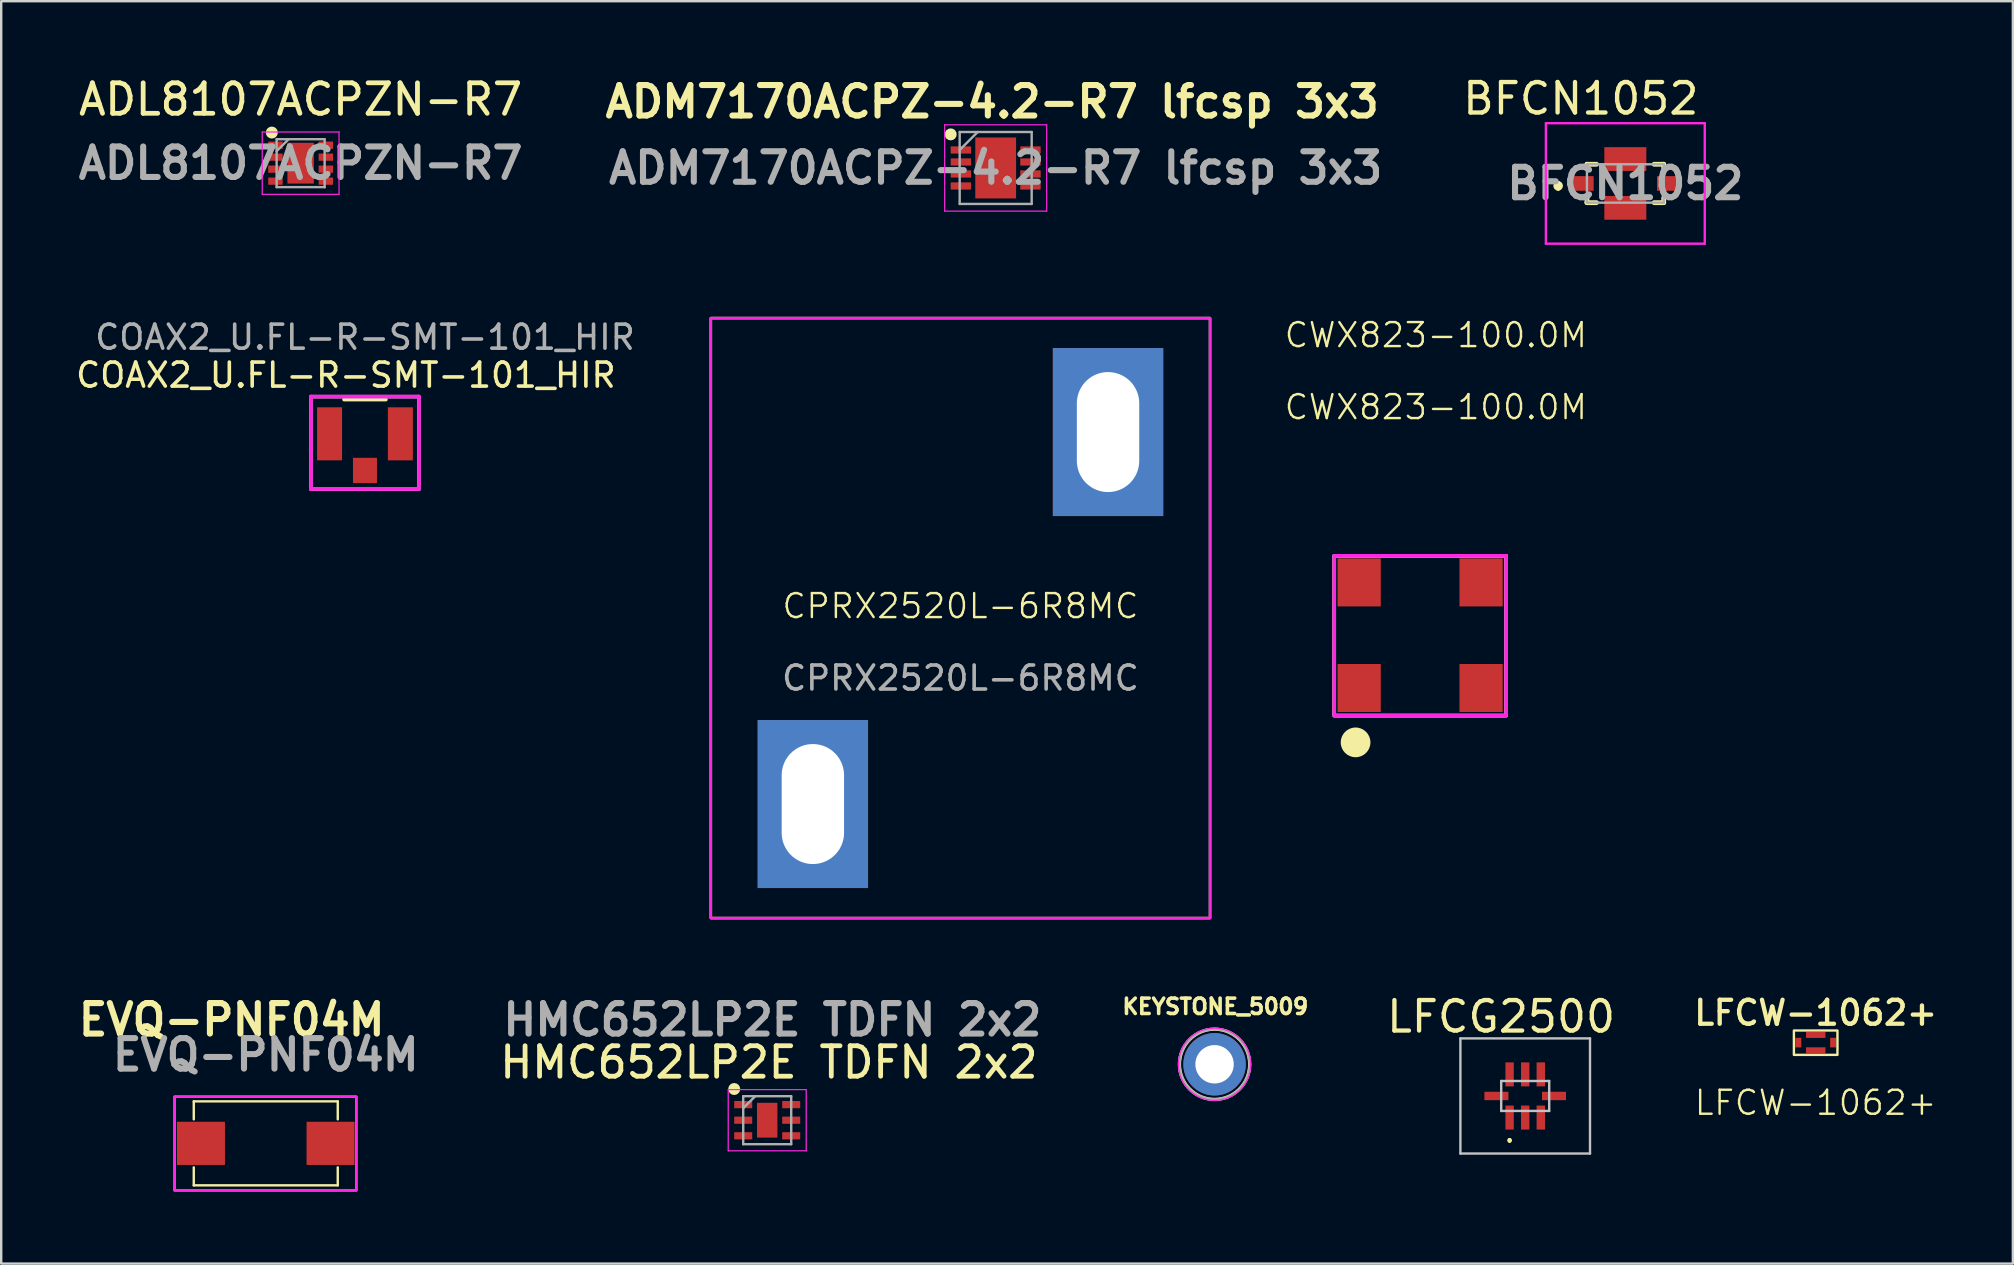
<source format=kicad_pcb>
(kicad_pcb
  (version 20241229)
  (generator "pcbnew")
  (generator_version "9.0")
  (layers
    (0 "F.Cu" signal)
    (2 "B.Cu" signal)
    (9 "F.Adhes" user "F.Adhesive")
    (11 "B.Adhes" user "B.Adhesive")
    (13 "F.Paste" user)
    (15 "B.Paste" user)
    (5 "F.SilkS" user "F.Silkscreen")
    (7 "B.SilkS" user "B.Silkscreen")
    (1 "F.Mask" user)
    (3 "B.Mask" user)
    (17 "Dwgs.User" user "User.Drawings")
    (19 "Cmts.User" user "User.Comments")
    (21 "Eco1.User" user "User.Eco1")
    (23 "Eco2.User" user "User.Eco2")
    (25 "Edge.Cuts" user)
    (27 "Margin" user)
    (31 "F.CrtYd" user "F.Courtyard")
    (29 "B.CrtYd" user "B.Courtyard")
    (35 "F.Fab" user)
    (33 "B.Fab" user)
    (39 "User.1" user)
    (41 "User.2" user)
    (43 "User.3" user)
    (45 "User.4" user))
  (footprint "COAX2_U.FL-R-SMT-101_HIR"
    (layer "F.Cu")
    (at 12.158 15.022)
    (property "Reference" "COAX2_U.FL-R-SMT-101_HIR" (at -0.795 -2.44 0) (unlocked yes) (layer "F.SilkS") (effects (font (size 1 1) (thickness 0.15))))
    (attr smd)
    (fp_line (start 0.871 -1.422) (end -0.871 -1.422) (stroke (width 0.152) (type solid)) (layer "F.SilkS"))
    (fp_line (start -2.25 -1.549) (end -2.25 2.304) (stroke (width 0.152) (type solid)) (layer "F.CrtYd"))
    (fp_line (start -2.25 2.304) (end 2.25 2.304) (stroke (width 0.152) (type solid)) (layer "F.CrtYd"))
    (fp_line (start 2.25 -1.549) (end -2.25 -1.549) (stroke (width 0.152) (type solid)) (layer "F.CrtYd"))
    (fp_line (start 2.25 2.304) (end 2.25 -1.549) (stroke (width 0.152) (type solid)) (layer "F.CrtYd"))
    (fp_line (start -2.254 -1.542) (end -2.254 2.312) (stroke (width 0.152) (type solid)) (layer "F.Fab"))
    (fp_line (start -2.254 2.312) (end 2.245 2.312) (stroke (width 0.152) (type solid)) (layer "F.Fab"))
    (fp_line (start 2.245 -1.542) (end -2.254 -1.542) (stroke (width 0.152) (type solid)) (layer "F.Fab"))
    (fp_line (start 2.245 2.312) (end 2.245 -1.542) (stroke (width 0.152) (type solid)) (layer "F.Fab"))
    (fp_text user "${REFERENCE}" (at 0 -4.02 0) (unlocked yes) (layer "F.Fab") (effects (font (size 1 1) (thickness 0.15))))
    (pad "1" smd rect (at 0 1.53) (size 1 1.05) (layers "F.Cu" "F.Mask" "F.Paste"))
    (pad "2" smd rect (at -1.475 0.005) (size 1.041 2.21) (layers "F.Cu" "F.Mask" "F.Paste"))
    (pad "3" smd rect (at 1.475 0.005) (size 1.041 2.21) (layers "F.Cu" "F.Mask" "F.Paste")))
  (footprint "BFCN1052"
    (layer "F.Cu")
    (at 64.676 4.594)
    (property "Reference" "BFCN1052" (at -1.855 -3.535 0) (layer "F.SilkS") (effects (font (size 1.27 1.27) (thickness 0.18))))
    (attr smd)
    (fp_line (start -2.8 0) (end -2.8 0) (stroke (width 0.2) (type solid)) (layer "F.SilkS"))
    (fp_line (start -2.8 0.2) (end -2.8 0.2) (stroke (width 0.2) (type solid)) (layer "F.SilkS"))
    (fp_line (start -1.6 -0.8) (end -1.6 -0.6) (stroke (width 0.2) (type solid)) (layer "F.SilkS"))
    (fp_line (start -1.6 0.8) (end -1.6 0.6) (stroke (width 0.2) (type solid)) (layer "F.SilkS"))
    (fp_line (start -1.2 -0.8) (end -1.6 -0.8) (stroke (width 0.2) (type solid)) (layer "F.SilkS"))
    (fp_line (start -1.2 0.8) (end -1.6 0.8) (stroke (width 0.2) (type solid)) (layer "F.SilkS"))
    (fp_line (start 1.2 -0.8) (end 1.6 -0.8) (stroke (width 0.2) (type solid)) (layer "F.SilkS"))
    (fp_line (start 1.2 0.8) (end 1.6 0.8) (stroke (width 0.2) (type solid)) (layer "F.SilkS"))
    (fp_line (start 1.6 -0.8) (end 1.6 -0.6) (stroke (width 0.2) (type solid)) (layer "F.SilkS"))
    (fp_line (start 1.6 0.8) (end 1.6 0.6) (stroke (width 0.2) (type solid)) (layer "F.SilkS"))
    (fp_arc (start -2.8 0) (mid -2.7 0.1) (end -2.8 0.2) (stroke (width 0.2) (type solid)) (layer "F.SilkS"))
    (fp_arc (start -2.8 0.2) (mid -2.9 0.1) (end -2.8 0) (stroke (width 0.2) (type solid)) (layer "F.SilkS"))
    (fp_line (start -3.31 -2.51) (end 3.31 -2.51) (stroke (width 0.1) (type solid)) (layer "F.CrtYd"))
    (fp_line (start -3.31 2.51) (end -3.31 -2.51) (stroke (width 0.1) (type solid)) (layer "F.CrtYd"))
    (fp_line (start 3.31 -2.51) (end 3.31 2.51) (stroke (width 0.1) (type solid)) (layer "F.CrtYd"))
    (fp_line (start 3.31 2.51) (end -3.31 2.51) (stroke (width 0.1) (type solid)) (layer "F.CrtYd"))
    (fp_line (start -1.6 -0.8) (end 1.6 -0.8) (stroke (width 0.1) (type solid)) (layer "F.Fab"))
    (fp_line (start -1.6 0.8) (end -1.6 -0.8) (stroke (width 0.1) (type solid)) (layer "F.Fab"))
    (fp_line (start 1.6 -0.8) (end 1.6 0.8) (stroke (width 0.1) (type solid)) (layer "F.Fab"))
    (fp_line (start 1.6 0.8) (end -1.6 0.8) (stroke (width 0.1) (type solid)) (layer "F.Fab"))
    (fp_text user "${REFERENCE}" (at 0 0 0) (layer "F.Fab") (effects (font (size 1.27 1.27) (thickness 0.254))))
    (pad "1" smd rect (at -1.815 0 90) (size 0.61 0.99) (layers "F.Cu" "F.Mask" "F.Paste"))
    (pad "2" smd rect (at 0 1.017 90) (size 0.99 1.75) (layers "F.Cu" "F.Mask" "F.Paste"))
    (pad "3" smd rect (at 1.815 0 90) (size 0.61 0.99) (layers "F.Cu" "F.Mask" "F.Paste"))
    (pad "4" smd rect (at 0 -1.017 90) (size 0.99 1.75) (layers "F.Cu" "F.Mask" "F.Paste")))
  (footprint "CPRX2520L-6R8MC"
    (layer "F.Cu")
    (at 36.971 22.704)
    (property "Reference" "CPRX2520L-6R8MC" (at 0 -0.5 0) (unlocked yes) (layer "F.SilkS") (effects (font (size 1 1) (thickness 0.1))))
    (attr through_hole)
    (fp_rect (start -10.4 -12.5) (end 10.4 12.5) (stroke (width 0.1) (type default)) (fill no) (layer "F.SilkS"))
    (fp_rect (start -10.4 -12.5) (end 10.4 12.5) (stroke (width 0.1) (type default)) (fill no) (layer "F.CrtYd"))
    (fp_rect (start -10.4 -12.5) (end 10.4 12.5) (stroke (width 0.1) (type default)) (fill no) (layer "F.Fab"))
    (fp_text user "${REFERENCE}" (at 0 2.5 0) (unlocked yes) (layer "F.Fab") (effects (font (size 1 1) (thickness 0.15))))
    (pad "1" thru_hole rect (at 6.15 -7.75 90) (size 7 4.6) (drill oval 5 2.6) (layers "*.Cu" "*.Mask"))
    (pad "2" thru_hole rect (at -6.15 7.75 90) (size 7 4.6) (drill oval 5 2.6) (layers "*.Cu" "*.Mask")))
  (footprint "CWX823-100.0M"
    (layer "F.Cu")
    (at 56.781 11.414)
    (property "Reference" "CWX823-100.0M" (at 0 -0.5 0) (unlocked yes) (layer "F.SilkS") (effects (font (size 1 1) (thickness 0.1))))
    (attr smd)
    (fp_rect (start -4.235 8.695) (end 2.93 15.355) (stroke (width 0.15) (type solid)) (fill no) (layer "F.SilkS"))
    (fp_circle (center -3.345 16.47) (end -3.195 15.895) (stroke (width 0.05) (type solid)) (fill yes) (layer "F.SilkS"))
    (fp_rect (start -4.235 8.695) (end 2.93 15.355) (stroke (width 0.15) (type solid)) (fill no) (layer "F.CrtYd"))
    (fp_rect (start -4.235 8.695) (end 2.93 15.355) (stroke (width 0.15) (type solid)) (fill no) (layer "F.Fab"))
    (fp_text user "${REFERENCE}" (at 0 2.5 0) (unlocked yes) (layer "F.SilkS") (effects (font (size 1 1) (thickness 0.1))))
    (pad "1" smd rect (at -3.195 14.205 90) (size 2 1.8) (layers "F.Cu" "F.Mask" "F.Paste"))
    (pad "2" smd rect (at 1.885 14.205 90) (size 2 1.8) (layers "F.Cu" "F.Mask" "F.Paste"))
    (pad "3" smd rect (at 1.885 9.805 90) (size 2 1.8) (layers "F.Cu" "F.Mask" "F.Paste"))
    (pad "4" smd rect (at -3.195 9.805 90) (size 2 1.8) (layers "F.Cu" "F.Mask" "F.Paste")))
  (footprint "LFCG2500"
    (layer "F.Cu")
    (at 60.504 42.618)
    (property "Reference" "LFCG2500" (at -1.005 -3.305 0) (layer "F.SilkS") (effects (font (size 1.27 1.27) (thickness 0.18))))
    (attr smd)
    (fp_line (start -0.65 1.8) (end -0.65 1.8) (stroke (width 0.1) (type solid)) (layer "F.SilkS"))
    (fp_line (start -0.65 1.9) (end -0.65 1.9) (stroke (width 0.1) (type solid)) (layer "F.SilkS"))
    (fp_arc (start -0.65 1.8) (mid -0.6 1.85) (end -0.65 1.9) (stroke (width 0.1) (type solid)) (layer "F.SilkS"))
    (fp_arc (start -0.65 1.9) (mid -0.7 1.85) (end -0.65 1.8) (stroke (width 0.1) (type solid)) (layer "F.SilkS"))
    (fp_line (start -2.7 -2.4) (end 2.7 -2.4) (stroke (width 0.1) (type solid)) (layer "Dwgs.User"))
    (fp_line (start -2.7 2.4) (end -2.7 -2.4) (stroke (width 0.1) (type solid)) (layer "Dwgs.User"))
    (fp_line (start -1 -0.625) (end 1 -0.625) (stroke (width 0.1) (type solid)) (layer "Dwgs.User"))
    (fp_line (start -1 0.625) (end -1 -0.625) (stroke (width 0.1) (type solid)) (layer "Dwgs.User"))
    (fp_line (start 1 -0.625) (end 1 0.625) (stroke (width 0.1) (type solid)) (layer "Dwgs.User"))
    (fp_line (start 1 0.625) (end -1 0.625) (stroke (width 0.1) (type solid)) (layer "Dwgs.User"))
    (fp_line (start 2.7 -2.4) (end 2.7 2.4) (stroke (width 0.1) (type solid)) (layer "Dwgs.User"))
    (fp_line (start 2.7 2.4) (end -2.7 2.4) (stroke (width 0.1) (type solid)) (layer "Dwgs.User"))
    (pad "1" smd rect (at -0.65 0.9) (size 0.35 1) (layers "F.Cu" "F.Mask" "F.Paste"))
    (pad "2" smd rect (at 0 0.9) (size 0.35 1) (layers "F.Cu" "F.Mask" "F.Paste"))
    (pad "3" smd rect (at 0.65 0.9) (size 0.35 1) (layers "F.Cu" "F.Mask" "F.Paste"))
    (pad "4" smd rect (at 1.2 0 90) (size 0.35 1) (layers "F.Cu" "F.Mask" "F.Paste"))
    (pad "5" smd rect (at 0.65 -0.9) (size 0.35 1) (layers "F.Cu" "F.Mask" "F.Paste"))
    (pad "6" smd rect (at 0 -0.9) (size 0.35 1) (layers "F.Cu" "F.Mask" "F.Paste"))
    (pad "7" smd rect (at -0.65 -0.9) (size 0.35 1) (layers "F.Cu" "F.Mask" "F.Paste"))
    (pad "8" smd rect (at -1.2 0 90) (size 0.35 1) (layers "F.Cu" "F.Mask" "F.Paste")))
  (footprint "ADL8107ACPZN-R7"
    (layer "F.Cu")
    (at 9.477 3.749)
    (property "Reference" "ADL8107ACPZN-R7" (at 0 -2.655 0) (layer "F.SilkS") (effects (font (size 1.27 1.27) (thickness 0.2))))
    (attr smd)
    (fp_circle (center -1.2 -1.275) (end -1.2 -1.15) (stroke (width 0.25) (type solid)) (fill no) (layer "F.SilkS"))
    (fp_line (start -1.6 -1.3) (end 1.6 -1.3) (stroke (width 0.05) (type solid)) (layer "F.CrtYd"))
    (fp_line (start -1.6 1.3) (end -1.6 -1.3) (stroke (width 0.05) (type solid)) (layer "F.CrtYd"))
    (fp_line (start 1.6 -1.3) (end 1.6 1.3) (stroke (width 0.05) (type solid)) (layer "F.CrtYd"))
    (fp_line (start 1.6 1.3) (end -1.6 1.3) (stroke (width 0.05) (type solid)) (layer "F.CrtYd"))
    (fp_line (start -1 -1) (end 1 -1) (stroke (width 0.1) (type solid)) (layer "F.Fab"))
    (fp_line (start -1 -0.5) (end -0.5 -1) (stroke (width 0.1) (type solid)) (layer "F.Fab"))
    (fp_line (start -1 1) (end -1 -1) (stroke (width 0.1) (type solid)) (layer "F.Fab"))
    (fp_line (start 1 -1) (end 1 1) (stroke (width 0.1) (type solid)) (layer "F.Fab"))
    (fp_line (start 1 1) (end -1 1) (stroke (width 0.1) (type solid)) (layer "F.Fab"))
    (fp_text user "${REFERENCE}" (at 0 0 0) (layer "F.Fab") (effects (font (size 1.27 1.27) (thickness 0.254))))
    (pad "1" smd rect (at -1.05 -0.75 90) (size 0.3 0.6) (layers "F.Cu" "F.Mask" "F.Paste"))
    (pad "2" smd rect (at -1.05 -0.25 90) (size 0.3 0.6) (layers "F.Cu" "F.Mask" "F.Paste"))
    (pad "3" smd rect (at -1.05 0.25 90) (size 0.3 0.6) (layers "F.Cu" "F.Mask" "F.Paste"))
    (pad "4" smd rect (at -1.05 0.75 90) (size 0.3 0.6) (layers "F.Cu" "F.Mask" "F.Paste"))
    (pad "5" smd rect (at 1.05 0.75 90) (size 0.3 0.6) (layers "F.Cu" "F.Mask" "F.Paste"))
    (pad "6" smd rect (at 1.05 0.25 90) (size 0.3 0.6) (layers "F.Cu" "F.Mask" "F.Paste"))
    (pad "7" smd rect (at 1.05 -0.25 90) (size 0.3 0.6) (layers "F.Cu" "F.Mask" "F.Paste"))
    (pad "8" smd rect (at 1.05 -0.75 90) (size 0.3 0.6) (layers "F.Cu" "F.Mask" "F.Paste"))
    (pad "9" smd rect (at 0 0) (size 1.1 1.7) (layers "F.Cu" "F.Mask" "F.Paste")))
  (footprint "EVQ-PNF04M"
    (layer "F.Cu")
    (at 7.374 44.593)
    (property "Reference" "EVQ-PNF04M" (at -0.77 -5.15 0) (layer "F.SilkS") (effects (font (size 1.27 1.27) (thickness 0.254))))
    (attr smd)
    (fp_line (start -2.35 -1.75) (end 3.65 -1.75) (stroke (width 0.1) (type solid)) (layer "F.SilkS"))
    (fp_line (start -2.35 -1) (end -2.35 -1.75) (stroke (width 0.1) (type solid)) (layer "F.SilkS"))
    (fp_line (start -2.35 1) (end -2.35 1.75) (stroke (width 0.1) (type solid)) (layer "F.SilkS"))
    (fp_line (start -2.35 1.75) (end 3.65 1.75) (stroke (width 0.1) (type solid)) (layer "F.SilkS"))
    (fp_line (start 3.65 -1.75) (end 3.65 -1) (stroke (width 0.1) (type solid)) (layer "F.SilkS"))
    (fp_line (start 3.65 1.75) (end 3.65 1) (stroke (width 0.1) (type solid)) (layer "F.SilkS"))
    (fp_rect (start -3.15 -1.945) (end 4.425 1.96) (stroke (width 0.1) (type default)) (fill no) (layer "F.CrtYd"))
    (fp_rect (start -3.15 -1.945) (end 4.425 1.96) (stroke (width 0.1) (type default)) (fill no) (layer "F.Fab"))
    (fp_text user "${REFERENCE}" (at 0.65 -3.69 0) (layer "F.Fab") (effects (font (size 1.27 1.27) (thickness 0.254))))
    (pad "1" smd rect (at -2.05 0 90) (size 1.8 2) (layers "F.Cu" "F.Mask" "F.Paste"))
    (pad "2" smd rect (at 3.35 0 90) (size 1.8 2) (layers "F.Cu" "F.Mask" "F.Paste")))
  (footprint "ADM7170ACPZ-4.2-R7 lfcsp 3x3"
    (layer "F.Cu")
    (at 38.439 3.949)
    (property "Reference" "ADM7170ACPZ-4.2-R7 lfcsp 3x3" (at -0.145 -2.76 0) (layer "F.SilkS") (effects (font (size 1.27 1.27) (thickness 0.254))))
    (attr smd)
    (fp_circle (center -1.875 -1.4) (end -1.875 -1.275) (stroke (width 0.25) (type solid)) (fill no) (layer "F.SilkS"))
    (fp_line (start -2.125 -1.8) (end 2.125 -1.8) (stroke (width 0.05) (type solid)) (layer "F.CrtYd"))
    (fp_line (start -2.125 1.8) (end -2.125 -1.8) (stroke (width 0.05) (type solid)) (layer "F.CrtYd"))
    (fp_line (start 2.125 -1.8) (end 2.125 1.8) (stroke (width 0.05) (type solid)) (layer "F.CrtYd"))
    (fp_line (start 2.125 1.8) (end -2.125 1.8) (stroke (width 0.05) (type solid)) (layer "F.CrtYd"))
    (fp_line (start -1.5 -1.5) (end 1.5 -1.5) (stroke (width 0.1) (type solid)) (layer "F.Fab"))
    (fp_line (start -1.5 -0.75) (end -0.75 -1.5) (stroke (width 0.1) (type solid)) (layer "F.Fab"))
    (fp_line (start -1.5 1.5) (end -1.5 -1.5) (stroke (width 0.1) (type solid)) (layer "F.Fab"))
    (fp_line (start 1.5 -1.5) (end 1.5 1.5) (stroke (width 0.1) (type solid)) (layer "F.Fab"))
    (fp_line (start 1.5 1.5) (end -1.5 1.5) (stroke (width 0.1) (type solid)) (layer "F.Fab"))
    (fp_text user "${REFERENCE}" (at 0 0 0) (layer "F.Fab") (effects (font (size 1.27 1.27) (thickness 0.254))))
    (pad "1" smd rect (at -1.45 -0.75 90) (size 0.3 0.85) (layers "F.Cu" "F.Mask" "F.Paste"))
    (pad "2" smd rect (at -1.45 -0.25 90) (size 0.3 0.85) (layers "F.Cu" "F.Mask" "F.Paste"))
    (pad "3" smd rect (at -1.45 0.25 90) (size 0.3 0.85) (layers "F.Cu" "F.Mask" "F.Paste"))
    (pad "4" smd rect (at -1.45 0.75 90) (size 0.3 0.85) (layers "F.Cu" "F.Mask" "F.Paste"))
    (pad "5" smd rect (at 1.45 0.75 90) (size 0.3 0.85) (layers "F.Cu" "F.Mask" "F.Paste"))
    (pad "6" smd rect (at 1.45 0.25 90) (size 0.3 0.85) (layers "F.Cu" "F.Mask" "F.Paste"))
    (pad "7" smd rect (at 1.45 -0.25 90) (size 0.3 0.85) (layers "F.Cu" "F.Mask" "F.Paste"))
    (pad "8" smd rect (at 1.45 -0.75 90) (size 0.3 0.85) (layers "F.Cu" "F.Mask" "F.Paste"))
    (pad "PAD" smd rect (at 0 0) (size 1.7 2.54) (layers "F.Cu" "F.Mask" "F.Paste")))
  (footprint "LFCW-1062+"
    (layer "F.Cu")
    (at 72.605 40.4)
    (property "Reference" "LFCW-1062+" (at 0.003 -1.245 0) (unlocked yes) (layer "F.SilkS") (effects (font (size 1 1) (thickness 0.18))))
    (attr smd)
    (fp_rect (start -0.905 -0.51) (end 0.91 0.505) (stroke (width 0.1) (type solid)) (fill no) (layer "F.SilkS"))
    (fp_text user "${REFERENCE}" (at 0 2.5 0) (unlocked yes) (layer "F.SilkS") (effects (font (size 1 1) (thickness 0.1))))
    (pad "1" smd rect (at -0.72 -0.005) (size 0.25 0.4) (layers "F.Cu" "F.Mask" "F.Paste"))
    (pad "2" smd rect (at 0.005 0.315) (size 0.81 0.25) (layers "F.Cu" "F.Mask" "F.Paste"))
    (pad "3" smd rect (at 0.73 -0.005) (size 0.25 0.4) (layers "F.Cu" "F.Mask" "F.Paste"))
    (pad "4" smd rect (at 0.005 -0.325) (size 0.81 0.25) (layers "F.Cu" "F.Mask" "F.Paste")))
  (footprint "HMC652LP2E TDFN 2x2"
    (layer "F.Cu")
    (at 28.919 43.628)
    (property "Reference" "HMC652LP2E TDFN 2x2" (at 0.07 -2.41 0) (layer "F.SilkS") (effects (font (size 1.27 1.27) (thickness 0.2))))
    (attr smd)
    (fp_circle (center -1.375 -1.3) (end -1.375 -1.175) (stroke (width 0.25) (type solid)) (fill no) (layer "F.SilkS"))
    (fp_line (start -1.625 -1.275) (end 1.625 -1.275) (stroke (width 0.05) (type solid)) (layer "F.CrtYd"))
    (fp_line (start -1.625 1.275) (end -1.625 -1.275) (stroke (width 0.05) (type solid)) (layer "F.CrtYd"))
    (fp_line (start 1.625 -1.275) (end 1.625 1.275) (stroke (width 0.05) (type solid)) (layer "F.CrtYd"))
    (fp_line (start 1.625 1.275) (end -1.625 1.275) (stroke (width 0.05) (type solid)) (layer "F.CrtYd"))
    (fp_line (start -1 -1) (end 1 -1) (stroke (width 0.1) (type solid)) (layer "F.Fab"))
    (fp_line (start -1 -0.5) (end -0.5 -1) (stroke (width 0.1) (type solid)) (layer "F.Fab"))
    (fp_line (start -1 1) (end -1 -1) (stroke (width 0.1) (type solid)) (layer "F.Fab"))
    (fp_line (start 1 -1) (end 1 1) (stroke (width 0.1) (type solid)) (layer "F.Fab"))
    (fp_line (start 1 1) (end -1 1) (stroke (width 0.1) (type solid)) (layer "F.Fab"))
    (fp_text user "${REFERENCE}" (at 0.215 -4.185 0) (layer "F.Fab") (effects (font (size 1.27 1.27) (thickness 0.254))))
    (pad "1" smd rect (at -1 -0.65 90) (size 0.3 0.75) (layers "F.Cu" "F.Mask" "F.Paste"))
    (pad "2" smd rect (at -1 0 90) (size 0.3 0.75) (layers "F.Cu" "F.Mask" "F.Paste"))
    (pad "3" smd rect (at -1 0.65 90) (size 0.3 0.75) (layers "F.Cu" "F.Mask" "F.Paste"))
    (pad "4" smd rect (at 1 0.65 90) (size 0.3 0.75) (layers "F.Cu" "F.Mask" "F.Paste"))
    (pad "5" smd rect (at 1 0 90) (size 0.3 0.75) (layers "F.Cu" "F.Mask" "F.Paste"))
    (pad "6" smd rect (at 1 -0.65 90) (size 0.3 0.75) (layers "F.Cu" "F.Mask" "F.Paste"))
    (pad "7" smd rect (at 0 0) (size 0.85 1.45) (layers "F.Cu" "F.Mask" "F.Paste")))
  (footprint "KEYSTONE_5009"
    (layer "F.Cu")
    (at 47.56 41.298)
    (property "Reference" "KEYSTONE_5009" (at 0.032 -2.406 0) (layer "F.SilkS") (effects (font (size 0.64 0.64) (thickness 0.15))))
    (attr through_hole)
    (fp_circle (center 0 0) (end 1.46 -0.005) (stroke (width 0.127) (type solid)) (fill no) (layer "F.SilkS"))
    (fp_circle (center 0 0) (end 1.505 -0.04) (stroke (width 0.05) (type solid)) (fill no) (layer "F.CrtYd"))
    (fp_circle (center 0 0) (end 1.47 -0.005) (stroke (width 0.127) (type solid)) (fill no) (layer "F.Fab"))
    (pad "1" thru_hole circle (at 0 0) (size 2.6 2.6) (drill 1.6) (layers "*.Cu" "*.Mask")))
  (gr_rect
    (start -3 -3)
    (end 80.825 49.603)
    (stroke (width 0.1) (type default))
    (fill no)
    (layer "Edge.Cuts")))
</source>
